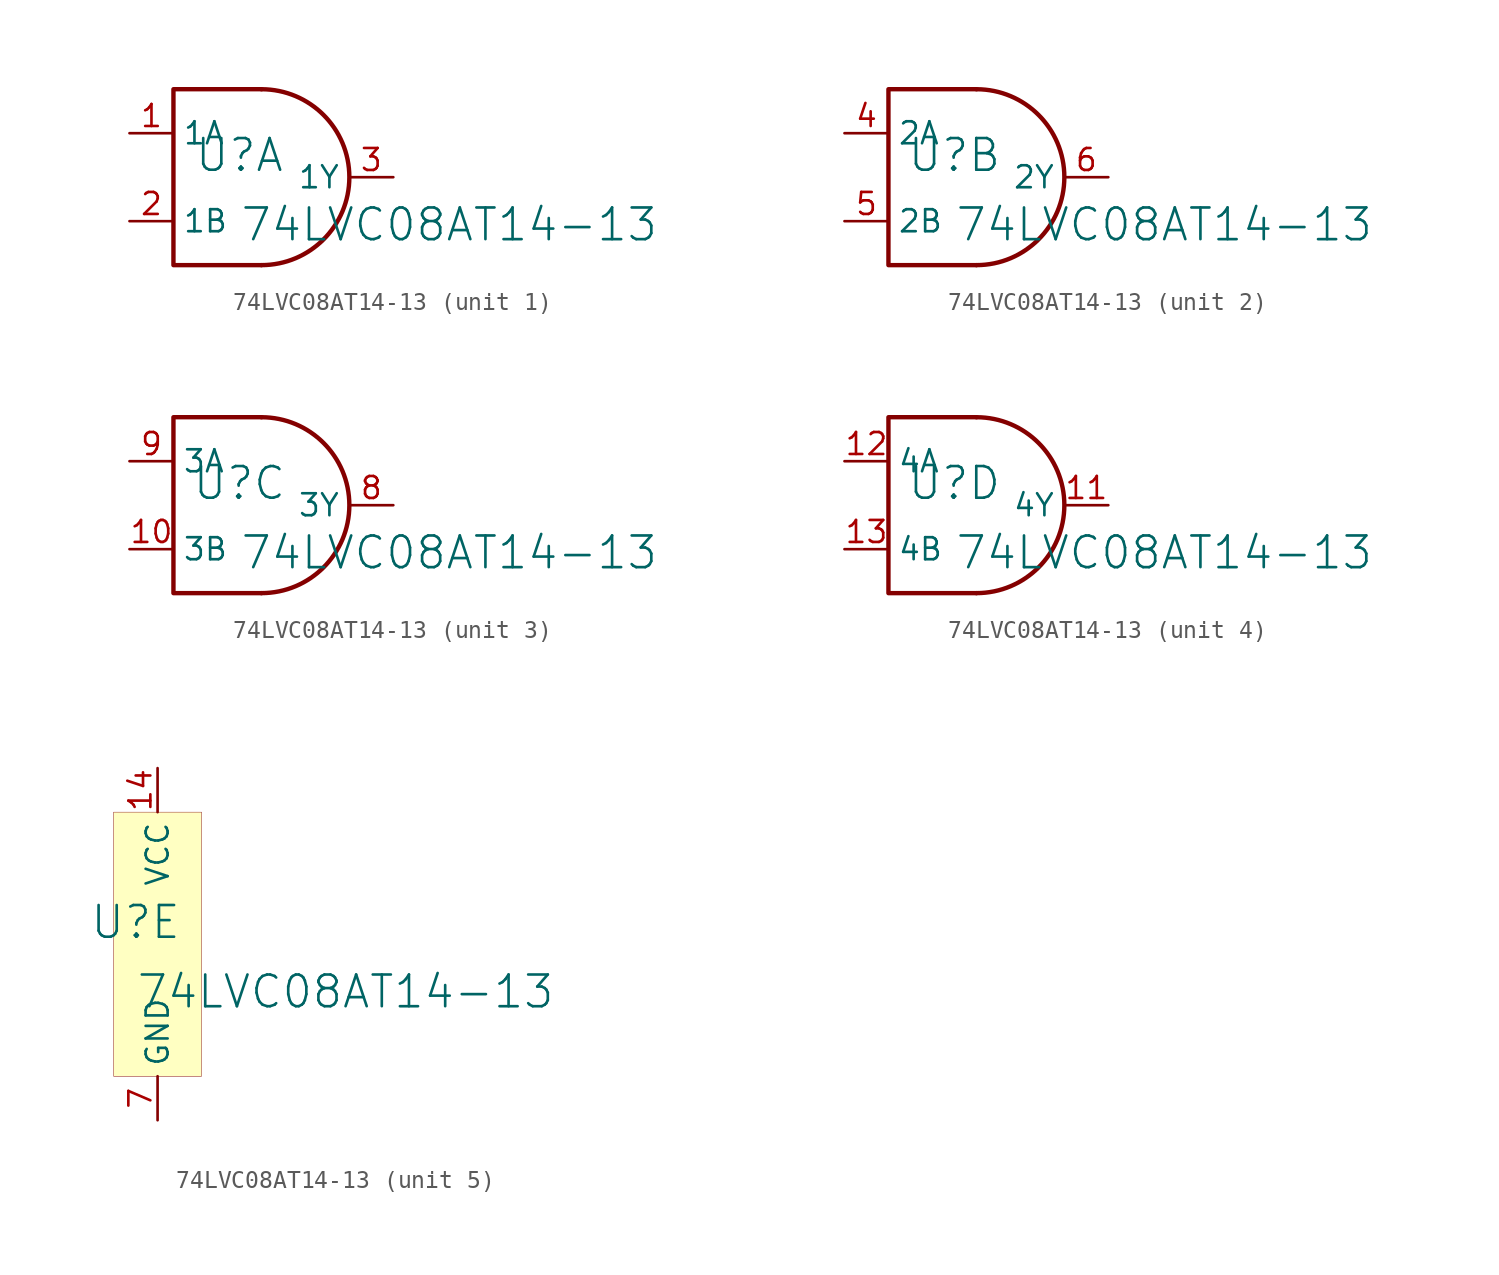
<source format=kicad_sym>
(kicad_symbol_lib
  (version 20231120)
  (generator "kicad_symbol_editor")
  (generator_version "8.0")
  (symbol "74LVC08AT14-13"
    (property "Reference" "U"
      (at -1.27 1.27 0)
      (effects (font (size 1.829 1.829))))
    (property "Value" "74LVC08AT14-13"
      (at -1.27 -3.81 0)
      (effects (font (size 1.829 1.829)) (justify left bottom)))
    (symbol "74LVC08AT14-13_1_0"
      (arc (start 0 -5.08) (mid 5.08 0) (end 0 5.08) (stroke (width 0.254) (type solid)) (fill (type none)))
      (polyline (pts (xy 0 5.08) (xy -5.08 5.08) (xy -5.08 -5.08) (xy 0 -5.08)) (stroke (width 0.254) (type solid)) (fill (type none)))
      (pin input line (at -7.62 2.54 0) (length 2.54) (name "1A" (effects (font (size 1.27 1.27)))) (number "1" (effects (font (size 1.27 1.27)))))
      (pin input line (at -7.62 -2.54 0) (length 2.54) (name "1B" (effects (font (size 1.27 1.27)))) (number "2" (effects (font (size 1.27 1.27)))))
      (pin output line (at 7.62 0 180) (length 2.54) (name "1Y" (effects (font (size 1.27 1.27)))) (number "3" (effects (font (size 1.27 1.27))))))
    (symbol "74LVC08AT14-13_2_0"
      (arc (start 0 -5.08) (mid 5.08 0) (end 0 5.08) (stroke (width 0.254) (type solid)) (fill (type none)))
      (polyline (pts (xy 0 5.08) (xy -5.08 5.08) (xy -5.08 -5.08) (xy 0 -5.08)) (stroke (width 0.254) (type solid)) (fill (type none)))
      (pin input line (at -7.62 2.54 0) (length 2.54) (name "2A" (effects (font (size 1.27 1.27)))) (number "4" (effects (font (size 1.27 1.27)))))
      (pin input line (at -7.62 -2.54 0) (length 2.54) (name "2B" (effects (font (size 1.27 1.27)))) (number "5" (effects (font (size 1.27 1.27)))))
      (pin output line (at 7.62 0 180) (length 2.54) (name "2Y" (effects (font (size 1.27 1.27)))) (number "6" (effects (font (size 1.27 1.27))))))
    (symbol "74LVC08AT14-13_3_0"
      (arc (start 0 -5.08) (mid 5.08 0) (end 0 5.08) (stroke (width 0.254) (type solid)) (fill (type none)))
      (polyline (pts (xy 0 5.08) (xy -5.08 5.08) (xy -5.08 -5.08) (xy 0 -5.08)) (stroke (width 0.254) (type solid)) (fill (type none)))
      (pin input line (at -7.62 -2.54 0) (length 2.54) (name "3B" (effects (font (size 1.27 1.27)))) (number "10" (effects (font (size 1.27 1.27)))))
      (pin output line (at 7.62 0 180) (length 2.54) (name "3Y" (effects (font (size 1.27 1.27)))) (number "8" (effects (font (size 1.27 1.27)))))
      (pin input line (at -7.62 2.54 0) (length 2.54) (name "3A" (effects (font (size 1.27 1.27)))) (number "9" (effects (font (size 1.27 1.27))))))
    (symbol "74LVC08AT14-13_4_0"
      (arc (start 0 -5.08) (mid 5.08 0) (end 0 5.08) (stroke (width 0.254) (type solid)) (fill (type none)))
      (polyline (pts (xy 0 5.08) (xy -5.08 5.08) (xy -5.08 -5.08) (xy 0 -5.08)) (stroke (width 0.254) (type solid)) (fill (type none)))
      (pin output line (at 7.62 0 180) (length 2.54) (name "4Y" (effects (font (size 1.27 1.27)))) (number "11" (effects (font (size 1.27 1.27)))))
      (pin input line (at -7.62 2.54 0) (length 2.54) (name "4A" (effects (font (size 1.27 1.27)))) (number "12" (effects (font (size 1.27 1.27)))))
      (pin input line (at -7.62 -2.54 0) (length 2.54) (name "4B" (effects (font (size 1.27 1.27)))) (number "13" (effects (font (size 1.27 1.27))))))
    (symbol "74LVC08AT14-13_5_0"
      (rectangle (start 2.54 7.62) (end -2.54 -7.62) (stroke (width 0.025) (type solid) (color 128 0 0 1)) (fill (type background)))
      (pin power_in line (at 0 10.16 270) (length 2.54) (name "VCC" (effects (font (size 1.27 1.27)))) (number "14" (effects (font (size 1.27 1.27)))))
      (pin power_in line (at 0 -10.16 90) (length 2.54) (name "GND" (effects (font (size 1.27 1.27)))) (number "7" (effects (font (size 1.27 1.27))))))))
</source>
